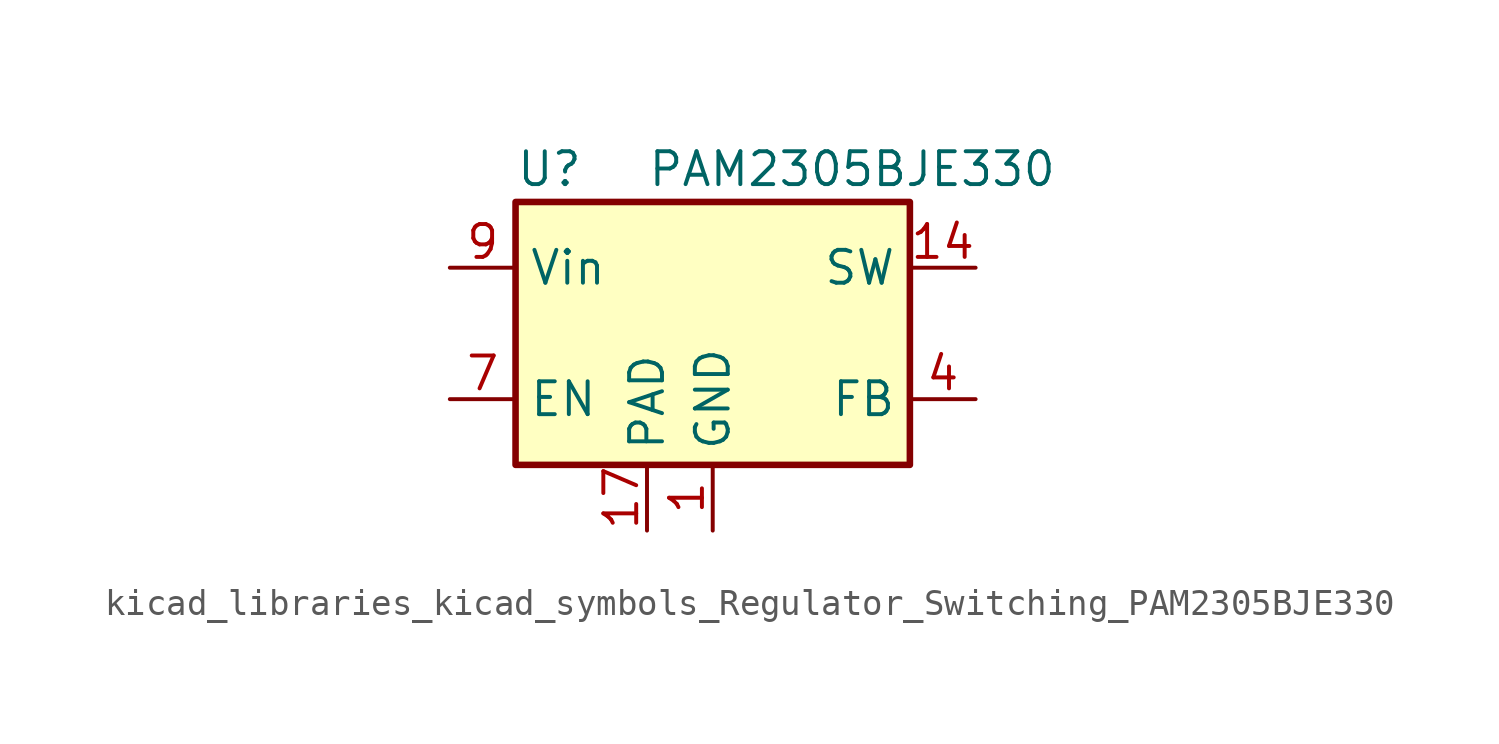
<source format=kicad_sym>
(kicad_symbol_lib
  (version 20220914)
  (generator kicad_symbol_editor)
  (symbol "kicad_libraries_kicad_symbols_Regulator_Switching_PAM2305BJE330"
    (property "Reference" "U"
      (at -7.62 6.35 0)
      (effects (font (size 1.27 1.27)) (justify left)))
    (property "Value" "PAM2305BJE330"
      (at -2.54 6.35 0)
      (effects (font (size 1.27 1.27)) (justify left)))
    (symbol "kicad_libraries_kicad_symbols_Regulator_Switching_PAM2305BJE330_0_1"
      (rectangle (start -7.62 5.08) (end 7.62 -5.08) (stroke (width 0.254) (type default)) (fill (type background))))
    (symbol "kicad_libraries_kicad_symbols_Regulator_Switching_PAM2305BJE330_1_1"
      (pin power_in line (at 0 -7.62 90) (length 2.54) (name "GND" (effects (font (size 1.27 1.27)))) (number "1" (effects (font (size 1.27 1.27)))))
      (pin passive line (at -10.16 2.54 0) (length 2.54) hide (name "Vin" (effects (font (size 1.27 1.27)))) (number "10" (effects (font (size 1.27 1.27)))))
      (pin passive line (at -10.16 2.54 0) (length 2.54) hide (name "Vin" (effects (font (size 1.27 1.27)))) (number "11" (effects (font (size 1.27 1.27)))))
      (pin passive line (at -10.16 2.54 0) (length 2.54) hide (name "Vin" (effects (font (size 1.27 1.27)))) (number "12" (effects (font (size 1.27 1.27)))))
      (pin passive line (at 10.16 2.54 180) (length 2.54) hide (name "SW" (effects (font (size 1.27 1.27)))) (number "13" (effects (font (size 1.27 1.27)))))
      (pin output line (at 10.16 2.54 180) (length 2.54) (name "SW" (effects (font (size 1.27 1.27)))) (number "14" (effects (font (size 1.27 1.27)))))
      (pin passive line (at 10.16 2.54 180) (length 2.54) hide (name "SW" (effects (font (size 1.27 1.27)))) (number "15" (effects (font (size 1.27 1.27)))))
      (pin no_connect line (at 2.54 -5.08 90) (length 2.54) hide (name "NC" (effects (font (size 1.27 1.27)))) (number "16" (effects (font (size 1.27 1.27)))))
      (pin passive line (at -2.54 -7.62 90) (length 2.54) (name "PAD" (effects (font (size 1.27 1.27)))) (number "17" (effects (font (size 1.27 1.27)))))
      (pin passive line (at 0 -7.62 90) (length 2.54) hide (name "GND" (effects (font (size 1.27 1.27)))) (number "2" (effects (font (size 1.27 1.27)))))
      (pin passive line (at 0 -7.62 90) (length 2.54) hide (name "GND" (effects (font (size 1.27 1.27)))) (number "3" (effects (font (size 1.27 1.27)))))
      (pin input line (at 10.16 -2.54 180) (length 2.54) (name "FB" (effects (font (size 1.27 1.27)))) (number "4" (effects (font (size 1.27 1.27)))))
      (pin passive line (at 0 -7.62 90) (length 2.54) hide (name "GND" (effects (font (size 1.27 1.27)))) (number "5" (effects (font (size 1.27 1.27)))))
      (pin no_connect line (at -7.62 0 0) (length 2.54) hide (name "NC" (effects (font (size 1.27 1.27)))) (number "6" (effects (font (size 1.27 1.27)))))
      (pin input line (at -10.16 -2.54 0) (length 2.54) (name "EN" (effects (font (size 1.27 1.27)))) (number "7" (effects (font (size 1.27 1.27)))))
      (pin no_connect line (at 7.62 0 180) (length 2.54) hide (name "NC" (effects (font (size 1.27 1.27)))) (number "8" (effects (font (size 1.27 1.27)))))
      (pin power_in line (at -10.16 2.54 0) (length 2.54) (name "Vin" (effects (font (size 1.27 1.27)))) (number "9" (effects (font (size 1.27 1.27))))))))
</source>
